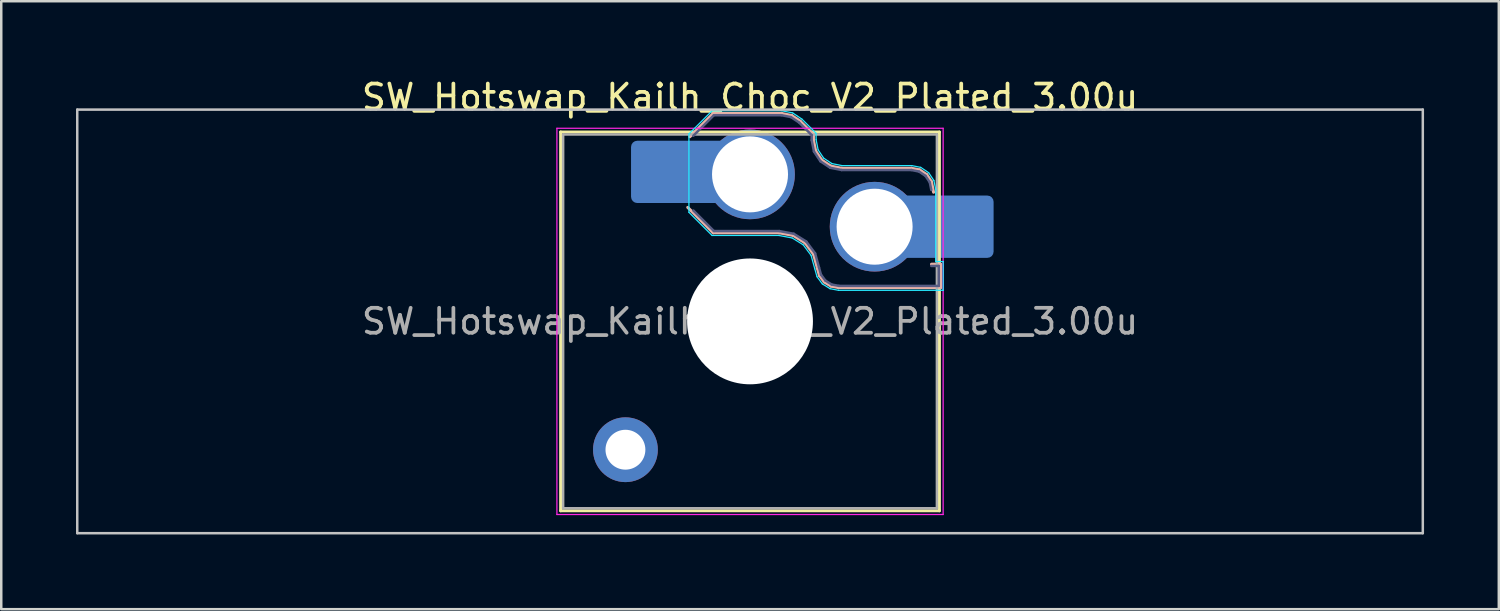
<source format=kicad_pcb>
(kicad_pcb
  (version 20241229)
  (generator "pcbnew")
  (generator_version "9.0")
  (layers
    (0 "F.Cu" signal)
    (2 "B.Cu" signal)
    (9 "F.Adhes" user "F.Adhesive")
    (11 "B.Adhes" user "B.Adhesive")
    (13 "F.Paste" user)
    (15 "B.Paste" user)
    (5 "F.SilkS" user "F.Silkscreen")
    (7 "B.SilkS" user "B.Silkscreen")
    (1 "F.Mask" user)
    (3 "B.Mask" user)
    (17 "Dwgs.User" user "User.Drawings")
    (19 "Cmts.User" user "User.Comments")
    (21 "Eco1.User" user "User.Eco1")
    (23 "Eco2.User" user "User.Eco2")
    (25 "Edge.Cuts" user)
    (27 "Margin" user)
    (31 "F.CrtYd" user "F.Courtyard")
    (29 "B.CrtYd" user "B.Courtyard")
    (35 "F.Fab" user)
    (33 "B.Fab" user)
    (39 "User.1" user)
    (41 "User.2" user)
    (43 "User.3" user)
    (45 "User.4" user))
  (footprint "SW_Hotswap_Kailh_Choc_V2_Plated_3.00u"
    (layer "F.Cu")
    (at 27.05 9.848)
    (property "Reference" "SW_Hotswap_Kailh_Choc_V2_Plated_3.00u" (at 0 -9 0) (layer "F.SilkS") (effects (font (size 1 1) (thickness 0.15))))
    (attr smd)
    (fp_line (start -7.6 -7.6) (end -7.6 7.6) (stroke (width 0.12) (type solid)) (layer "F.SilkS"))
    (fp_line (start -7.6 7.6) (end 7.6 7.6) (stroke (width 0.12) (type solid)) (layer "F.SilkS"))
    (fp_line (start 7.6 -7.6) (end -7.6 -7.6) (stroke (width 0.12) (type solid)) (layer "F.SilkS"))
    (fp_line (start 7.6 7.6) (end 7.6 -7.6) (stroke (width 0.12) (type solid)) (layer "F.SilkS"))
    (fp_line (start -2.416 -7.409) (end -1.479 -8.346) (stroke (width 0.12) (type solid)) (layer "B.SilkS"))
    (fp_line (start -1.479 -8.346) (end 1.268 -8.346) (stroke (width 0.12) (type solid)) (layer "B.SilkS"))
    (fp_line (start -1.479 -3.554) (end -2.5 -4.575) (stroke (width 0.12) (type solid)) (layer "B.SilkS"))
    (fp_line (start 1.168 -3.554) (end -1.479 -3.554) (stroke (width 0.12) (type solid)) (layer "B.SilkS"))
    (fp_line (start 1.268 -8.346) (end 1.671 -8.266) (stroke (width 0.12) (type solid)) (layer "B.SilkS"))
    (fp_line (start 1.671 -8.266) (end 2.013 -8.037) (stroke (width 0.12) (type solid)) (layer "B.SilkS"))
    (fp_line (start 1.73 -3.449) (end 1.168 -3.554) (stroke (width 0.12) (type solid)) (layer "B.SilkS"))
    (fp_line (start 2.013 -8.037) (end 2.546 -7.504) (stroke (width 0.12) (type solid)) (layer "B.SilkS"))
    (fp_line (start 2.209 -3.15) (end 1.73 -3.449) (stroke (width 0.12) (type solid)) (layer "B.SilkS"))
    (fp_line (start 2.546 -7.504) (end 2.546 -7.282) (stroke (width 0.12) (type solid)) (layer "B.SilkS"))
    (fp_line (start 2.546 -7.282) (end 2.633 -6.844) (stroke (width 0.12) (type solid)) (layer "B.SilkS"))
    (fp_line (start 2.547 -2.697) (end 2.209 -3.15) (stroke (width 0.12) (type solid)) (layer "B.SilkS"))
    (fp_line (start 2.633 -6.844) (end 2.877 -6.477) (stroke (width 0.12) (type solid)) (layer "B.SilkS"))
    (fp_line (start 2.701 -2.139) (end 2.547 -2.697) (stroke (width 0.12) (type solid)) (layer "B.SilkS"))
    (fp_line (start 2.783 -1.841) (end 2.701 -2.139) (stroke (width 0.12) (type solid)) (layer "B.SilkS"))
    (fp_line (start 2.877 -6.477) (end 3.244 -6.233) (stroke (width 0.12) (type solid)) (layer "B.SilkS"))
    (fp_line (start 2.976 -1.583) (end 2.783 -1.841) (stroke (width 0.12) (type solid)) (layer "B.SilkS"))
    (fp_line (start 3.244 -6.233) (end 3.682 -6.146) (stroke (width 0.12) (type solid)) (layer "B.SilkS"))
    (fp_line (start 3.25 -1.413) (end 2.976 -1.583) (stroke (width 0.12) (type solid)) (layer "B.SilkS"))
    (fp_line (start 3.56 -1.354) (end 3.25 -1.413) (stroke (width 0.12) (type solid)) (layer "B.SilkS"))
    (fp_line (start 3.682 -6.146) (end 6.482 -6.146) (stroke (width 0.12) (type solid)) (layer "B.SilkS"))
    (fp_line (start 6.482 -6.146) (end 6.809 -6.081) (stroke (width 0.12) (type solid)) (layer "B.SilkS"))
    (fp_line (start 6.809 -6.081) (end 7.092 -5.892) (stroke (width 0.12) (type solid)) (layer "B.SilkS"))
    (fp_line (start 7.092 -5.892) (end 7.281 -5.609) (stroke (width 0.12) (type solid)) (layer "B.SilkS"))
    (fp_line (start 7.281 -5.609) (end 7.366 -5.182) (stroke (width 0.12) (type solid)) (layer "B.SilkS"))
    (fp_line (start 7.283 -2.296) (end 7.646 -2.296) (stroke (width 0.12) (type solid)) (layer "B.SilkS"))
    (fp_line (start 7.646 -2.296) (end 7.646 -1.354) (stroke (width 0.12) (type solid)) (layer "B.SilkS"))
    (fp_line (start 7.646 -1.354) (end 3.56 -1.354) (stroke (width 0.12) (type solid)) (layer "B.SilkS"))
    (fp_line (start -27 -8.5) (end -27 8.5) (stroke (width 0.1) (type solid)) (layer "Dwgs.User"))
    (fp_line (start -27 8.5) (end 27 8.5) (stroke (width 0.1) (type solid)) (layer "Dwgs.User"))
    (fp_line (start 27 -8.5) (end -27 -8.5) (stroke (width 0.1) (type solid)) (layer "Dwgs.User"))
    (fp_line (start 27 8.5) (end 27 -8.5) (stroke (width 0.1) (type solid)) (layer "Dwgs.User"))
    (fp_line (start -7.25 -7.25) (end -7.25 7.25) (stroke (width 0.1) (type solid)) (layer "Eco1.User"))
    (fp_line (start -7.25 7.25) (end 7.25 7.25) (stroke (width 0.1) (type solid)) (layer "Eco1.User"))
    (fp_line (start 7.25 -7.25) (end -7.25 -7.25) (stroke (width 0.1) (type solid)) (layer "Eco1.User"))
    (fp_line (start 7.25 7.25) (end 7.25 -7.25) (stroke (width 0.1) (type solid)) (layer "Eco1.User"))
    (fp_line (start -2.452 -7.523) (end -1.523 -8.452) (stroke (width 0.05) (type solid)) (layer "B.CrtYd"))
    (fp_line (start -2.452 -4.377) (end -2.452 -7.523) (stroke (width 0.05) (type solid)) (layer "B.CrtYd"))
    (fp_line (start -1.523 -8.452) (end 1.278 -8.452) (stroke (width 0.05) (type solid)) (layer "B.CrtYd"))
    (fp_line (start -1.523 -3.448) (end -2.452 -4.377) (stroke (width 0.05) (type solid)) (layer "B.CrtYd"))
    (fp_line (start 1.159 -3.448) (end -1.523 -3.448) (stroke (width 0.05) (type solid)) (layer "B.CrtYd"))
    (fp_line (start 1.278 -8.452) (end 1.712 -8.366) (stroke (width 0.05) (type solid)) (layer "B.CrtYd"))
    (fp_line (start 1.691 -3.348) (end 1.159 -3.448) (stroke (width 0.05) (type solid)) (layer "B.CrtYd"))
    (fp_line (start 1.712 -8.366) (end 2.081 -8.119) (stroke (width 0.05) (type solid)) (layer "B.CrtYd"))
    (fp_line (start 2.081 -8.119) (end 2.652 -7.548) (stroke (width 0.05) (type solid)) (layer "B.CrtYd"))
    (fp_line (start 2.136 -3.071) (end 1.691 -3.348) (stroke (width 0.05) (type solid)) (layer "B.CrtYd"))
    (fp_line (start 2.45 -2.65) (end 2.136 -3.071) (stroke (width 0.05) (type solid)) (layer "B.CrtYd"))
    (fp_line (start 2.599 -2.111) (end 2.45 -2.65) (stroke (width 0.05) (type solid)) (layer "B.CrtYd"))
    (fp_line (start 2.652 -7.548) (end 2.652 -7.292) (stroke (width 0.05) (type solid)) (layer "B.CrtYd"))
    (fp_line (start 2.652 -7.292) (end 2.733 -6.885) (stroke (width 0.05) (type solid)) (layer "B.CrtYd"))
    (fp_line (start 2.687 -1.794) (end 2.599 -2.111) (stroke (width 0.05) (type solid)) (layer "B.CrtYd"))
    (fp_line (start 2.733 -6.885) (end 2.953 -6.553) (stroke (width 0.05) (type solid)) (layer "B.CrtYd"))
    (fp_line (start 2.903 -1.503) (end 2.687 -1.794) (stroke (width 0.05) (type solid)) (layer "B.CrtYd"))
    (fp_line (start 2.953 -6.553) (end 3.285 -6.333) (stroke (width 0.05) (type solid)) (layer "B.CrtYd"))
    (fp_line (start 3.211 -1.312) (end 2.903 -1.503) (stroke (width 0.05) (type solid)) (layer "B.CrtYd"))
    (fp_line (start 3.285 -6.333) (end 3.692 -6.252) (stroke (width 0.05) (type solid)) (layer "B.CrtYd"))
    (fp_line (start 3.55 -1.248) (end 3.211 -1.312) (stroke (width 0.05) (type solid)) (layer "B.CrtYd"))
    (fp_line (start 3.692 -6.252) (end 6.492 -6.252) (stroke (width 0.05) (type solid)) (layer "B.CrtYd"))
    (fp_line (start 6.492 -6.252) (end 6.85 -6.181) (stroke (width 0.05) (type solid)) (layer "B.CrtYd"))
    (fp_line (start 6.85 -6.181) (end 7.168 -5.968) (stroke (width 0.05) (type solid)) (layer "B.CrtYd"))
    (fp_line (start 7.168 -5.968) (end 7.381 -5.65) (stroke (width 0.05) (type solid)) (layer "B.CrtYd"))
    (fp_line (start 7.381 -5.65) (end 7.452 -5.292) (stroke (width 0.05) (type solid)) (layer "B.CrtYd"))
    (fp_line (start 7.452 -5.292) (end 7.452 -2.402) (stroke (width 0.05) (type solid)) (layer "B.CrtYd"))
    (fp_line (start 7.452 -2.402) (end 7.752 -2.402) (stroke (width 0.05) (type solid)) (layer "B.CrtYd"))
    (fp_line (start 7.752 -2.402) (end 7.752 -1.248) (stroke (width 0.05) (type solid)) (layer "B.CrtYd"))
    (fp_line (start 7.752 -1.248) (end 3.55 -1.248) (stroke (width 0.05) (type solid)) (layer "B.CrtYd"))
    (fp_line (start -7.75 -7.75) (end -7.75 7.75) (stroke (width 0.05) (type solid)) (layer "F.CrtYd"))
    (fp_line (start -7.75 7.75) (end 7.75 7.75) (stroke (width 0.05) (type solid)) (layer "F.CrtYd"))
    (fp_line (start 7.75 -7.75) (end -7.75 -7.75) (stroke (width 0.05) (type solid)) (layer "F.CrtYd"))
    (fp_line (start 7.75 7.75) (end 7.75 -7.75) (stroke (width 0.05) (type solid)) (layer "F.CrtYd"))
    (fp_line (start -2.275 -7.45) (end -1.45 -8.275) (stroke (width 0.1) (type solid)) (layer "B.Fab"))
    (fp_line (start -1.45 -8.275) (end 1.261 -8.275) (stroke (width 0.1) (type solid)) (layer "B.Fab"))
    (fp_line (start -1.45 -3.625) (end -2.275 -4.45) (stroke (width 0.1) (type solid)) (layer "B.Fab"))
    (fp_line (start 1.175 -3.625) (end -1.45 -3.625) (stroke (width 0.1) (type solid)) (layer "B.Fab"))
    (fp_line (start 1.261 -8.275) (end 1.643 -8.199) (stroke (width 0.1) (type solid)) (layer "B.Fab"))
    (fp_line (start 1.643 -8.199) (end 1.968 -7.982) (stroke (width 0.1) (type solid)) (layer "B.Fab"))
    (fp_line (start 1.756 -3.516) (end 1.175 -3.625) (stroke (width 0.1) (type solid)) (layer "B.Fab"))
    (fp_line (start 1.968 -7.982) (end 2.475 -7.475) (stroke (width 0.1) (type solid)) (layer "B.Fab"))
    (fp_line (start 2.258 -3.203) (end 1.756 -3.516) (stroke (width 0.1) (type solid)) (layer "B.Fab"))
    (fp_line (start 2.475 -7.475) (end 2.475 -7.275) (stroke (width 0.1) (type solid)) (layer "B.Fab"))
    (fp_line (start 2.475 -7.275) (end 2.566 -6.816) (stroke (width 0.1) (type solid)) (layer "B.Fab"))
    (fp_line (start 2.566 -6.816) (end 2.826 -6.426) (stroke (width 0.1) (type solid)) (layer "B.Fab"))
    (fp_line (start 2.612 -2.729) (end 2.258 -3.203) (stroke (width 0.1) (type solid)) (layer "B.Fab"))
    (fp_line (start 2.769 -2.158) (end 2.612 -2.729) (stroke (width 0.1) (type solid)) (layer "B.Fab"))
    (fp_line (start 2.826 -6.426) (end 3.216 -6.166) (stroke (width 0.1) (type solid)) (layer "B.Fab"))
    (fp_line (start 2.848 -1.873) (end 2.769 -2.158) (stroke (width 0.1) (type solid)) (layer "B.Fab"))
    (fp_line (start 3.025 -1.636) (end 2.848 -1.873) (stroke (width 0.1) (type solid)) (layer "B.Fab"))
    (fp_line (start 3.216 -6.166) (end 3.675 -6.075) (stroke (width 0.1) (type solid)) (layer "B.Fab"))
    (fp_line (start 3.276 -1.48) (end 3.025 -1.636) (stroke (width 0.1) (type solid)) (layer "B.Fab"))
    (fp_line (start 3.567 -1.425) (end 3.276 -1.48) (stroke (width 0.1) (type solid)) (layer "B.Fab"))
    (fp_line (start 3.675 -6.075) (end 6.475 -6.075) (stroke (width 0.1) (type solid)) (layer "B.Fab"))
    (fp_line (start 6.475 -6.075) (end 6.781 -6.014) (stroke (width 0.1) (type solid)) (layer "B.Fab"))
    (fp_line (start 6.781 -6.014) (end 7.041 -5.841) (stroke (width 0.1) (type solid)) (layer "B.Fab"))
    (fp_line (start 7.041 -5.841) (end 7.214 -5.581) (stroke (width 0.1) (type solid)) (layer "B.Fab"))
    (fp_line (start 7.214 -5.581) (end 7.275 -5.275) (stroke (width 0.1) (type solid)) (layer "B.Fab"))
    (fp_line (start 7.275 -2.225) (end 7.575 -2.225) (stroke (width 0.1) (type solid)) (layer "B.Fab"))
    (fp_line (start 7.575 -2.225) (end 7.575 -1.425) (stroke (width 0.1) (type solid)) (layer "B.Fab"))
    (fp_line (start 7.575 -1.425) (end 3.567 -1.425) (stroke (width 0.1) (type solid)) (layer "B.Fab"))
    (fp_line (start -7.5 -7.5) (end -7.5 7.5) (stroke (width 0.1) (type solid)) (layer "F.Fab"))
    (fp_line (start -7.5 7.5) (end 7.5 7.5) (stroke (width 0.1) (type solid)) (layer "F.Fab"))
    (fp_line (start 7.5 -7.5) (end -7.5 -7.5) (stroke (width 0.1) (type solid)) (layer "F.Fab"))
    (fp_line (start 7.5 7.5) (end 7.5 -7.5) (stroke (width 0.1) (type solid)) (layer "F.Fab"))
    (fp_text user "${REFERENCE}" (at 0 0 0) (layer "F.Fab") (effects (font (size 1 1) (thickness 0.15))))
    (pad "" thru_hole circle (at -5 5.15) (size 2.6 2.6) (drill 1.6) (layers "*.Cu" "*.Mask"))
    (pad "" smd roundrect (at -3.5 -6) (size 2.55 2.5) (layers "B.Mask" "B.Paste") (roundrect_rratio 0.1))
    (pad "" np_thru_hole circle (at 0 0) (size 5.05 5.05) (drill 5.05) (layers "*.Cu" "*.Mask"))
    (pad "" smd roundrect (at 8.5 -3.8) (size 2.55 2.5) (layers "B.Mask" "B.Paste") (roundrect_rratio 0.1))
    (pad "1" smd roundrect (at -2.85 -6) (size 3.85 2.5) (layers "B.Cu") (roundrect_rratio 0.1))
    (pad "1" thru_hole circle (at 0 -5.9) (size 3.6 3.6) (drill 3.05) (layers "*.Cu" "*.Mask"))
    (pad "2" thru_hole circle (at 5 -3.8) (size 3.6 3.6) (drill 3.05) (layers "*.Cu" "*.Mask"))
    (pad "2" smd roundrect (at 7.85 -3.8) (size 3.85 2.5) (layers "B.Cu") (roundrect_rratio 0.1)))
  (gr_rect
    (start -3 -3)
    (end 57.1 21.398)
    (stroke (width 0.1) (type default))
    (fill no)
    (layer "Edge.Cuts")))
</source>
